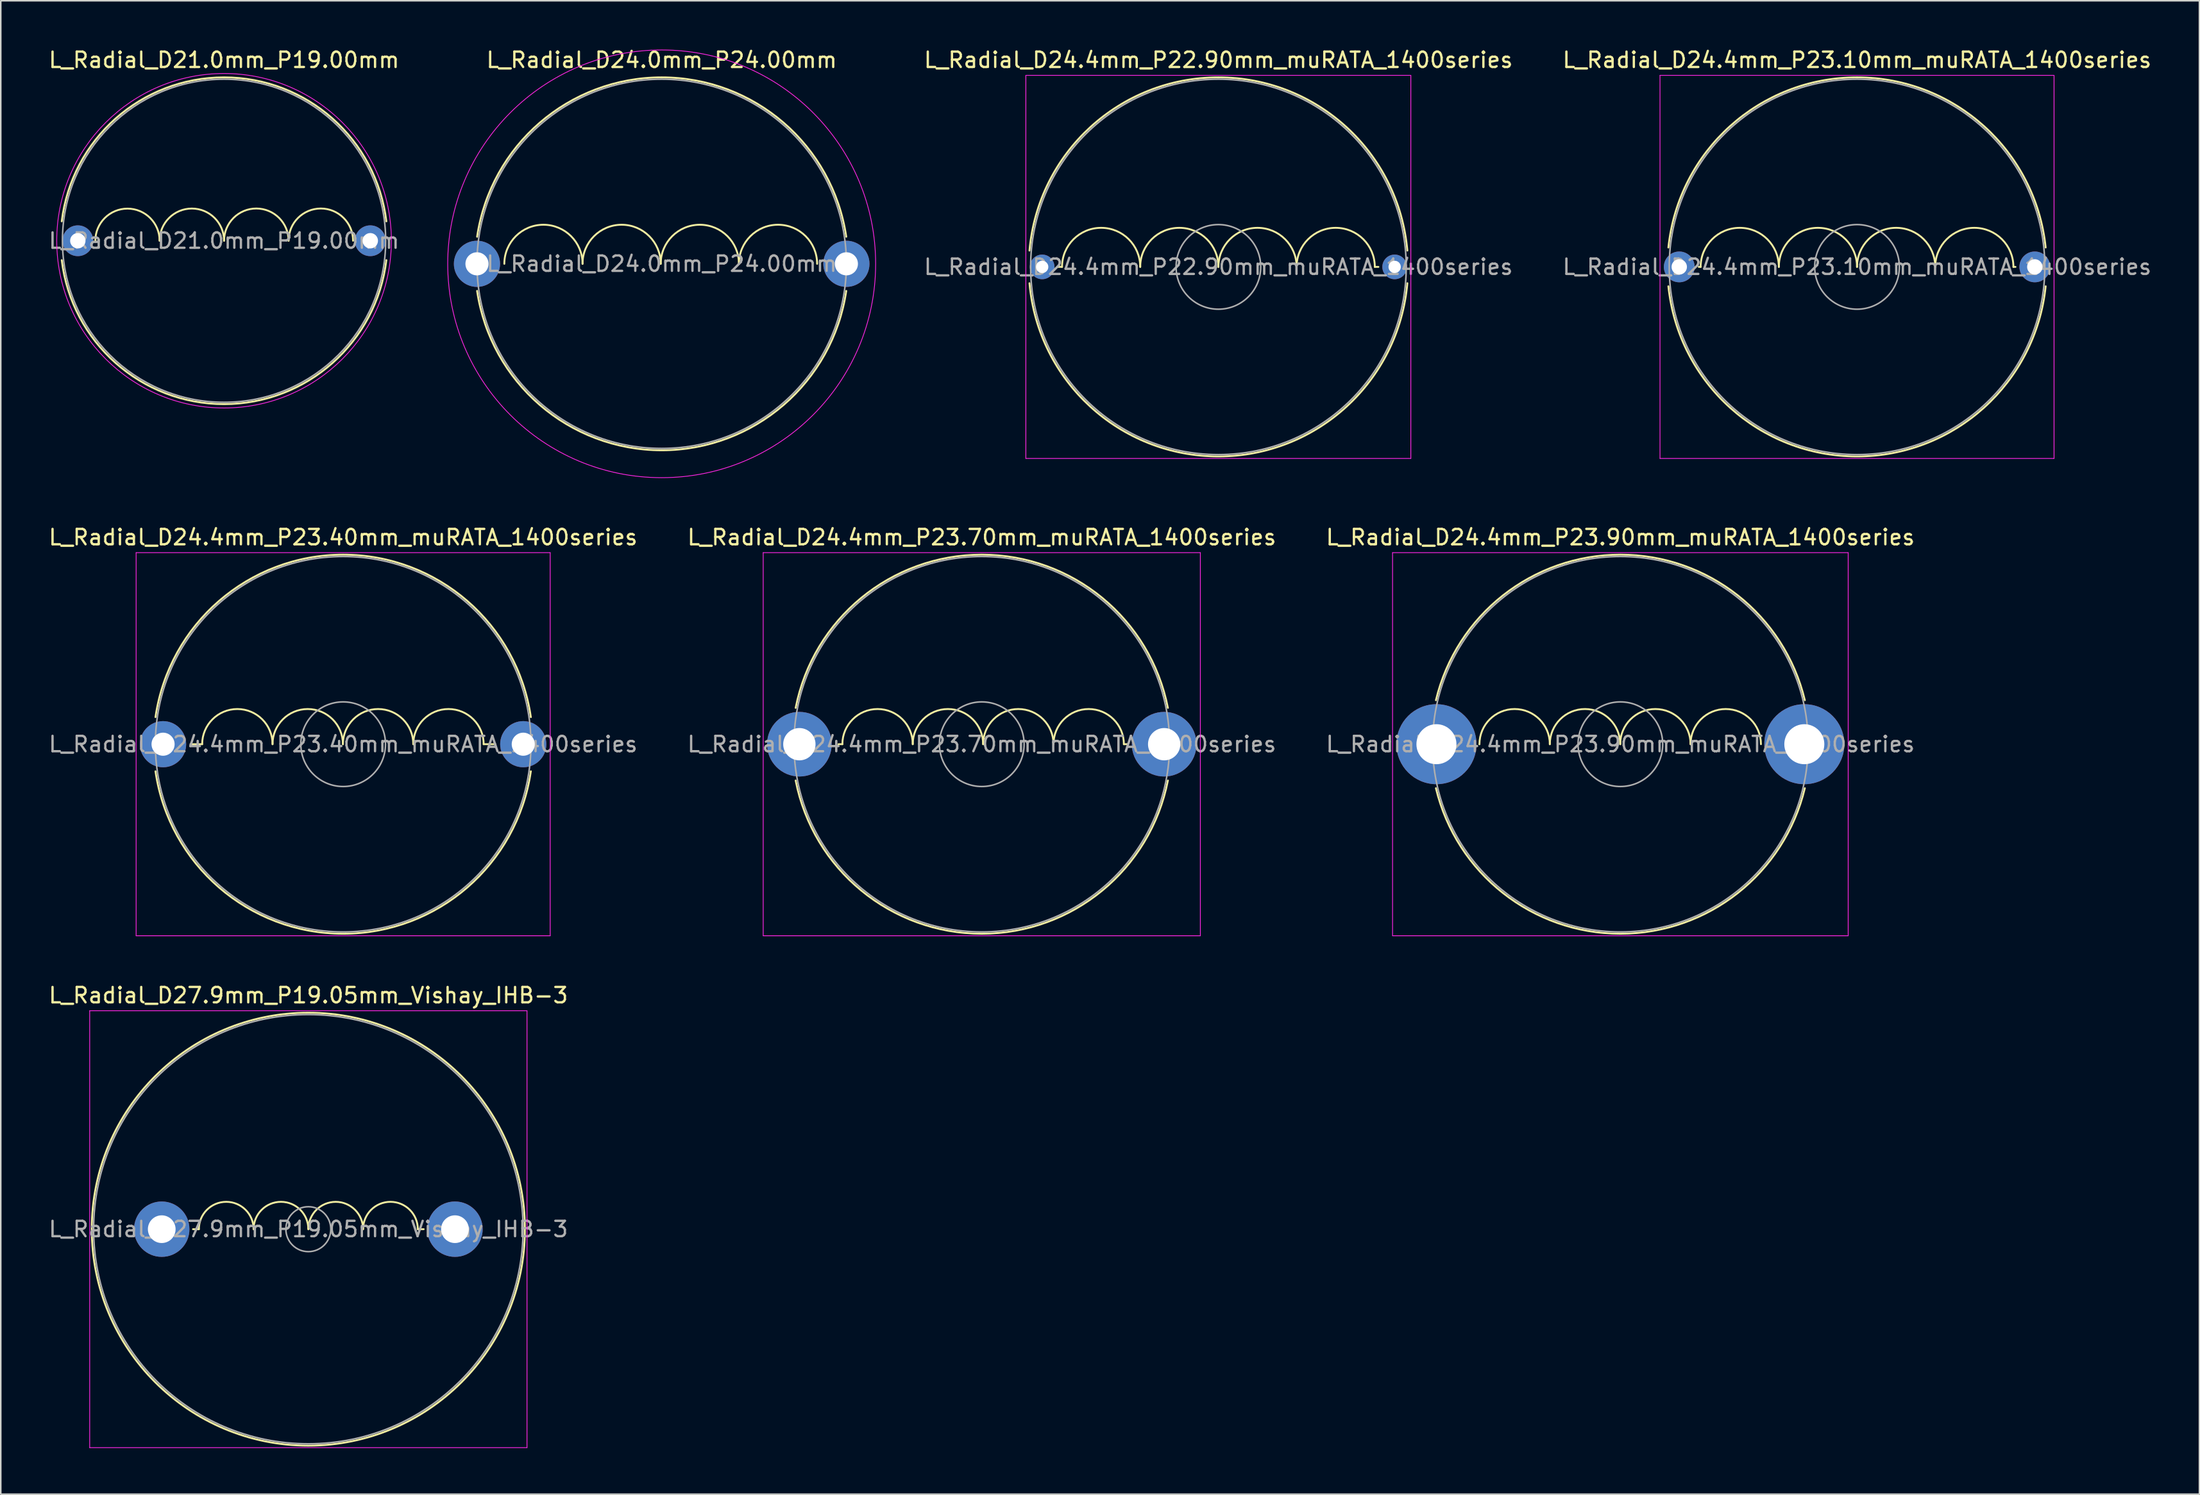
<source format=kicad_pcb>
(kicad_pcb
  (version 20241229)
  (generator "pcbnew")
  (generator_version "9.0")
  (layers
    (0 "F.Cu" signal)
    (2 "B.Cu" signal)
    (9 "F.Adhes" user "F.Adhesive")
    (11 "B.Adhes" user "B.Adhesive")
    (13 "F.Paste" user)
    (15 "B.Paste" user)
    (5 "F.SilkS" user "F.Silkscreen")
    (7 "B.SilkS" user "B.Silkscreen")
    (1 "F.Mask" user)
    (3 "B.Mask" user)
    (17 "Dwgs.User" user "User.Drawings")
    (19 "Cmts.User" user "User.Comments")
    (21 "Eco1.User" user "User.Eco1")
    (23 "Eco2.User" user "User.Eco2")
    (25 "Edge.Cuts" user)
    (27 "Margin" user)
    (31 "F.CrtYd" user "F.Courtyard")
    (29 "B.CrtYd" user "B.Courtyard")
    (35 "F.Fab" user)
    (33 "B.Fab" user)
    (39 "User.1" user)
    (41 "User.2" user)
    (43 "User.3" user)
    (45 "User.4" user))
  (footprint "L_Radial_D24.4mm_P23.10mm_muRATA_1400series"
    (layer "F.Cu")
    (at 106.044 14.298)
    (property "Reference" "L_Radial_D24.4mm_P23.10mm_muRATA_1400series" (at 11.55 -13.45 0) (layer "F.SilkS") (effects (font (size 1 1) (thickness 0.15))))
    (attr through_hole)
    (fp_line (start 1.39 0) (end 1.27 0) (stroke (width 0.12) (type solid)) (layer "F.SilkS"))
    (fp_line (start 21.71 0) (end 21.844 0) (stroke (width 0.12) (type solid)) (layer "F.SilkS"))
    (fp_arc (start -0.705399 -1.26) (mid 11.55 -12.32) (end 23.805399 -1.26) (stroke (width 0.12) (type solid)) (layer "F.SilkS"))
    (fp_arc (start 1.39 0) (mid 3.93 -2.54) (end 6.47 0) (stroke (width 0.12) (type solid)) (layer "F.SilkS"))
    (fp_arc (start 6.47 0) (mid 9.01 -2.54) (end 11.55 0) (stroke (width 0.12) (type solid)) (layer "F.SilkS"))
    (fp_arc (start 11.55 0) (mid 14.09 -2.54) (end 16.63 0) (stroke (width 0.12) (type solid)) (layer "F.SilkS"))
    (fp_arc (start 16.63 0) (mid 19.17 -2.54) (end 21.71 0) (stroke (width 0.12) (type solid)) (layer "F.SilkS"))
    (fp_arc (start 23.805399 1.26) (mid 11.55 12.32) (end -0.705399 1.26) (stroke (width 0.12) (type solid)) (layer "F.SilkS"))
    (fp_line (start -1.25 -12.45) (end -1.25 12.45) (stroke (width 0.05) (type solid)) (layer "F.CrtYd"))
    (fp_line (start -1.25 12.45) (end 24.35 12.45) (stroke (width 0.05) (type solid)) (layer "F.CrtYd"))
    (fp_line (start 24.35 -12.45) (end -1.25 -12.45) (stroke (width 0.05) (type solid)) (layer "F.CrtYd"))
    (fp_line (start 24.35 12.45) (end 24.35 -12.45) (stroke (width 0.05) (type solid)) (layer "F.CrtYd"))
    (fp_circle (center 11.55 0) (end 14.3 0) (stroke (width 0.1) (type solid)) (fill no) (layer "F.Fab"))
    (fp_circle (center 11.55 0) (end 23.75 0) (stroke (width 0.1) (type solid)) (fill no) (layer "F.Fab"))
    (fp_text user "${REFERENCE}" (at 11.55 0 0) (layer "F.Fab") (effects (font (size 1 1) (thickness 0.15))))
    (pad "1" thru_hole circle (at 0 0) (size 2 2) (drill 1) (layers "*.Cu" "*.Mask"))
    (pad "2" thru_hole circle (at 23.1 0) (size 2 2) (drill 1) (layers "*.Cu" "*.Mask")))
  (footprint "L_Radial_D24.4mm_P23.90mm_muRATA_1400series"
    (layer "F.Cu")
    (at 90.27 45.322)
    (property "Reference" "L_Radial_D24.4mm_P23.90mm_muRATA_1400series" (at 11.95 -13.45 0) (layer "F.SilkS") (effects (font (size 1 1) (thickness 0.15))))
    (attr through_hole)
    (fp_line (start 2.794 0) (end 2.794 0) (stroke (width 0.12) (type solid)) (layer "F.SilkS"))
    (fp_arc (start -0.033439 -2.86) (mid 11.95 -12.32) (end 23.933439 -2.86) (stroke (width 0.12) (type solid)) (layer "F.SilkS"))
    (fp_arc (start 2.794 0) (mid 5.08 -2.286) (end 7.366 0) (stroke (width 0.12) (type solid)) (layer "F.SilkS"))
    (fp_arc (start 7.366 0) (mid 9.652 -2.286) (end 11.938 0) (stroke (width 0.12) (type solid)) (layer "F.SilkS"))
    (fp_arc (start 11.938 0) (mid 14.224 -2.286) (end 16.51 0) (stroke (width 0.12) (type solid)) (layer "F.SilkS"))
    (fp_arc (start 16.51 0) (mid 18.796 -2.286) (end 21.082 0) (stroke (width 0.12) (type solid)) (layer "F.SilkS"))
    (fp_arc (start 23.933439 2.86) (mid 11.95 12.32) (end -0.033439 2.86) (stroke (width 0.12) (type solid)) (layer "F.SilkS"))
    (fp_line (start -2.85 -12.45) (end -2.85 12.45) (stroke (width 0.05) (type solid)) (layer "F.CrtYd"))
    (fp_line (start -2.85 12.45) (end 26.75 12.45) (stroke (width 0.05) (type solid)) (layer "F.CrtYd"))
    (fp_line (start 26.75 -12.45) (end -2.85 -12.45) (stroke (width 0.05) (type solid)) (layer "F.CrtYd"))
    (fp_line (start 26.75 12.45) (end 26.75 -12.45) (stroke (width 0.05) (type solid)) (layer "F.CrtYd"))
    (fp_circle (center 11.95 0) (end 14.7 0) (stroke (width 0.1) (type solid)) (fill no) (layer "F.Fab"))
    (fp_circle (center 11.95 0) (end 24.15 0) (stroke (width 0.1) (type solid)) (fill no) (layer "F.Fab"))
    (fp_text user "${REFERENCE}" (at 11.95 0 0) (layer "F.Fab") (effects (font (size 1 1) (thickness 0.15))))
    (pad "1" thru_hole circle (at 0 0) (size 5.2 5.2) (drill 2.6) (layers "*.Cu" "*.Mask"))
    (pad "2" thru_hole circle (at 23.9 0) (size 5.2 5.2) (drill 2.6) (layers "*.Cu" "*.Mask")))
  (footprint "L_Radial_D21.0mm_P19.00mm"
    (layer "F.Cu")
    (at 2.006 12.598)
    (property "Reference" "L_Radial_D21.0mm_P19.00mm" (at 9.5 -11.75 0) (layer "F.SilkS") (effects (font (size 1 1) (thickness 0.15))))
    (attr through_hole)
    (fp_arc (start -1.044989 -1.26) (mid 9.5 -10.62) (end 20.044989 -1.26) (stroke (width 0.12) (type solid)) (layer "F.SilkS"))
    (fp_arc (start 1.138 0) (mid 3.226 -2.088) (end 5.314 0) (stroke (width 0.12) (type solid)) (layer "F.SilkS"))
    (fp_arc (start 5.314 0) (mid 7.407 -2.093) (end 9.5 0) (stroke (width 0.12) (type solid)) (layer "F.SilkS"))
    (fp_arc (start 9.5 0) (mid 11.5955 -2.0955) (end 13.691 0) (stroke (width 0.12) (type solid)) (layer "F.SilkS"))
    (fp_arc (start 13.691 0) (mid 15.7865 -2.0955) (end 17.882 0) (stroke (width 0.12) (type solid)) (layer "F.SilkS"))
    (fp_arc (start 20.044989 1.26) (mid 9.5 10.62) (end -1.044989 1.26) (stroke (width 0.12) (type solid)) (layer "F.SilkS"))
    (fp_circle (center 9.5 0) (end 20.37 0) (stroke (width 0.05) (type solid)) (fill no) (layer "F.CrtYd"))
    (fp_circle (center 9.5 0) (end 20 0) (stroke (width 0.1) (type solid)) (fill no) (layer "F.Fab"))
    (fp_text user "${REFERENCE}" (at 9.5 0 0) (layer "F.Fab") (effects (font (size 1 1) (thickness 0.15))))
    (pad "1" thru_hole circle (at 0 0) (size 2 2) (drill 1) (layers "*.Cu" "*.Mask"))
    (pad "2" thru_hole circle (at 19 0) (size 2 2) (drill 1) (layers "*.Cu" "*.Mask")))
  (footprint "L_Radial_D24.4mm_P22.90mm_muRATA_1400series"
    (layer "F.Cu")
    (at 64.656 14.298)
    (property "Reference" "L_Radial_D24.4mm_P22.90mm_muRATA_1400series" (at 11.45 -13.45 0) (layer "F.SilkS") (effects (font (size 1 1) (thickness 0.15))))
    (attr through_hole)
    (fp_line (start 1.29 0) (end 1.016 0) (stroke (width 0.12) (type solid)) (layer "F.SilkS"))
    (fp_line (start 21.61 0) (end 21.844 0) (stroke (width 0.12) (type solid)) (layer "F.SilkS"))
    (fp_arc (start -0.824315 -1.06) (mid 11.45 -12.32) (end 23.724315 -1.06) (stroke (width 0.12) (type solid)) (layer "F.SilkS"))
    (fp_arc (start 1.29 0) (mid 3.83 -2.54) (end 6.37 0) (stroke (width 0.12) (type solid)) (layer "F.SilkS"))
    (fp_arc (start 6.37 0) (mid 8.91 -2.54) (end 11.45 0) (stroke (width 0.12) (type solid)) (layer "F.SilkS"))
    (fp_arc (start 11.45 0) (mid 13.99 -2.54) (end 16.53 0) (stroke (width 0.12) (type solid)) (layer "F.SilkS"))
    (fp_arc (start 16.53 0) (mid 19.07 -2.54) (end 21.61 0) (stroke (width 0.12) (type solid)) (layer "F.SilkS"))
    (fp_arc (start 23.724315 1.06) (mid 11.45 12.32) (end -0.824315 1.06) (stroke (width 0.12) (type solid)) (layer "F.SilkS"))
    (fp_line (start -1.06 -12.45) (end -1.06 12.45) (stroke (width 0.05) (type solid)) (layer "F.CrtYd"))
    (fp_line (start -1.06 12.45) (end 23.95 12.45) (stroke (width 0.05) (type solid)) (layer "F.CrtYd"))
    (fp_line (start 23.95 -12.45) (end -1.06 -12.45) (stroke (width 0.05) (type solid)) (layer "F.CrtYd"))
    (fp_line (start 23.95 12.45) (end 23.95 -12.45) (stroke (width 0.05) (type solid)) (layer "F.CrtYd"))
    (fp_circle (center 11.45 0) (end 14.2 0) (stroke (width 0.1) (type solid)) (fill no) (layer "F.Fab"))
    (fp_circle (center 11.45 0) (end 23.65 0) (stroke (width 0.1) (type solid)) (fill no) (layer "F.Fab"))
    (fp_text user "${REFERENCE}" (at 11.45 0 0) (layer "F.Fab") (effects (font (size 1 1) (thickness 0.15))))
    (pad "1" thru_hole circle (at 0 0) (size 1.6 1.6) (drill 0.8) (layers "*.Cu" "*.Mask"))
    (pad "2" thru_hole circle (at 22.9 0) (size 1.6 1.6) (drill 0.8) (layers "*.Cu" "*.Mask")))
  (footprint "L_Radial_D24.4mm_P23.70mm_muRATA_1400series"
    (layer "F.Cu")
    (at 48.882 45.322)
    (property "Reference" "L_Radial_D24.4mm_P23.70mm_muRATA_1400series" (at 11.85 -13.45 0) (layer "F.SilkS") (effects (font (size 1 1) (thickness 0.15))))
    (attr through_hole)
    (fp_line (start 2.794 0) (end 2.54 0) (stroke (width 0.12) (type solid)) (layer "F.SilkS"))
    (fp_line (start 21.082 0) (end 21.336 0) (stroke (width 0.12) (type solid)) (layer "F.SilkS"))
    (fp_arc (start -0.241848 -2.36) (mid 11.85 -12.32) (end 23.941848 -2.36) (stroke (width 0.12) (type solid)) (layer "F.SilkS"))
    (fp_arc (start 2.794 0) (mid 5.08 -2.286) (end 7.366 0) (stroke (width 0.12) (type solid)) (layer "F.SilkS"))
    (fp_arc (start 7.366 0) (mid 9.652 -2.286) (end 11.938 0) (stroke (width 0.12) (type solid)) (layer "F.SilkS"))
    (fp_arc (start 11.938 0) (mid 14.224 -2.286) (end 16.51 0) (stroke (width 0.12) (type solid)) (layer "F.SilkS"))
    (fp_arc (start 16.51 0) (mid 18.796 -2.286) (end 21.082 0) (stroke (width 0.12) (type solid)) (layer "F.SilkS"))
    (fp_arc (start 23.941848 2.36) (mid 11.85 12.32) (end -0.241848 2.36) (stroke (width 0.12) (type solid)) (layer "F.SilkS"))
    (fp_line (start -2.35 -12.45) (end -2.35 12.45) (stroke (width 0.05) (type solid)) (layer "F.CrtYd"))
    (fp_line (start -2.35 12.45) (end 26.05 12.45) (stroke (width 0.05) (type solid)) (layer "F.CrtYd"))
    (fp_line (start 26.05 -12.45) (end -2.35 -12.45) (stroke (width 0.05) (type solid)) (layer "F.CrtYd"))
    (fp_line (start 26.05 12.45) (end 26.05 -12.45) (stroke (width 0.05) (type solid)) (layer "F.CrtYd"))
    (fp_circle (center 11.85 0) (end 14.6 0) (stroke (width 0.1) (type solid)) (fill no) (layer "F.Fab"))
    (fp_circle (center 11.85 0) (end 24.05 0) (stroke (width 0.1) (type solid)) (fill no) (layer "F.Fab"))
    (fp_text user "${REFERENCE}" (at 11.85 0 0) (layer "F.Fab") (effects (font (size 1 1) (thickness 0.15))))
    (pad "1" thru_hole circle (at 0 0) (size 4.2 4.2) (drill 2.1) (layers "*.Cu" "*.Mask"))
    (pad "2" thru_hole circle (at 23.7 0) (size 4.2 4.2) (drill 2.1) (layers "*.Cu" "*.Mask")))
  (footprint "L_Radial_D27.9mm_P19.05mm_Vishay_IHB-3"
    (layer "F.Cu")
    (at 7.457 76.845)
    (property "Reference" "L_Radial_D27.9mm_P19.05mm_Vishay_IHB-3" (at 9.525 -15.2 0) (layer "F.SilkS") (effects (font (size 1 1) (thickness 0.15))))
    (attr through_hole)
    (fp_line (start 2.413 0) (end 2.032 0) (stroke (width 0.12) (type solid)) (layer "F.SilkS"))
    (fp_line (start 16.637 0) (end 17.018 0) (stroke (width 0.12) (type solid)) (layer "F.SilkS"))
    (fp_arc (start 2.413 0) (mid 4.191 -1.778) (end 5.969 0) (stroke (width 0.12) (type solid)) (layer "F.SilkS"))
    (fp_arc (start 5.969 0) (mid 7.747 -1.778) (end 9.525 0) (stroke (width 0.12) (type solid)) (layer "F.SilkS"))
    (fp_arc (start 9.526 0) (mid 11.303 -1.777) (end 13.08 0) (stroke (width 0.12) (type solid)) (layer "F.SilkS"))
    (fp_arc (start 13.081 0) (mid 14.859 -1.778) (end 16.637 0) (stroke (width 0.12) (type solid)) (layer "F.SilkS"))
    (fp_circle (center 9.525 0) (end 23.595 0) (stroke (width 0.12) (type solid)) (fill no) (layer "F.SilkS"))
    (fp_line (start -4.68 -14.2) (end -4.68 14.2) (stroke (width 0.05) (type solid)) (layer "F.CrtYd"))
    (fp_line (start -4.68 14.2) (end 23.73 14.2) (stroke (width 0.05) (type solid)) (layer "F.CrtYd"))
    (fp_line (start 23.73 -14.2) (end -4.68 -14.2) (stroke (width 0.05) (type solid)) (layer "F.CrtYd"))
    (fp_line (start 23.73 14.2) (end 23.73 -14.2) (stroke (width 0.05) (type solid)) (layer "F.CrtYd"))
    (fp_circle (center 9.525 0) (end 10.985 0) (stroke (width 0.1) (type solid)) (fill no) (layer "F.Fab"))
    (fp_circle (center 9.525 0) (end 23.475 0) (stroke (width 0.1) (type solid)) (fill no) (layer "F.Fab"))
    (fp_text user "${REFERENCE}" (at 9.525 0 0) (layer "F.Fab") (effects (font (size 1 1) (thickness 0.15))))
    (pad "1" thru_hole circle (at 0 0) (size 3.6 3.6) (drill 1.8) (layers "*.Cu" "*.Mask"))
    (pad "2" thru_hole circle (at 19.05 0) (size 3.6 3.6) (drill 1.8) (layers "*.Cu" "*.Mask")))
  (footprint "L_Radial_D24.0mm_P24.00mm"
    (layer "F.Cu")
    (at 27.937 14.098)
    (property "Reference" "L_Radial_D24.0mm_P24.00mm" (at 12 -13.25 0) (layer "F.SilkS") (effects (font (size 1 1) (thickness 0.15))))
    (attr through_hole)
    (fp_arc (start 0.00847 -1.76) (mid 12 -12.12) (end 23.99153 -1.76) (stroke (width 0.12) (type solid)) (layer "F.SilkS"))
    (fp_arc (start 1.778 0) (mid 4.318 -2.54) (end 6.858 0) (stroke (width 0.12) (type solid)) (layer "F.SilkS"))
    (fp_arc (start 6.858 0) (mid 9.398 -2.54) (end 11.938 0) (stroke (width 0.12) (type solid)) (layer "F.SilkS"))
    (fp_arc (start 11.938 0) (mid 14.478 -2.54) (end 17.018 0) (stroke (width 0.12) (type solid)) (layer "F.SilkS"))
    (fp_arc (start 17.018 0) (mid 19.558 -2.54) (end 22.098 0) (stroke (width 0.12) (type solid)) (layer "F.SilkS"))
    (fp_arc (start 23.99153 1.76) (mid 12 12.12) (end 0.00847 1.76) (stroke (width 0.12) (type solid)) (layer "F.SilkS"))
    (fp_circle (center 12 0) (end 25.9 0) (stroke (width 0.05) (type solid)) (fill no) (layer "F.CrtYd"))
    (fp_circle (center 12 0) (end 24 0) (stroke (width 0.1) (type solid)) (fill no) (layer "F.Fab"))
    (fp_text user "${REFERENCE}" (at 12 0 0) (layer "F.Fab") (effects (font (size 1 1) (thickness 0.15))))
    (pad "1" thru_hole circle (at 0 0) (size 3 3) (drill 1.5) (layers "*.Cu" "*.Mask"))
    (pad "2" thru_hole circle (at 24 0) (size 3 3) (drill 1.5) (layers "*.Cu" "*.Mask")))
  (footprint "L_Radial_D24.4mm_P23.40mm_muRATA_1400series"
    (layer "F.Cu")
    (at 7.544 45.322)
    (property "Reference" "L_Radial_D24.4mm_P23.40mm_muRATA_1400series" (at 11.7 -13.45 0) (layer "F.SilkS") (effects (font (size 1 1) (thickness 0.15))))
    (attr through_hole)
    (fp_line (start 2.54 0) (end 1.778 0) (stroke (width 0.12) (type solid)) (layer "F.SilkS"))
    (fp_line (start 20.828 0) (end 21.59 0) (stroke (width 0.12) (type solid)) (layer "F.SilkS"))
    (fp_arc (start -0.493638 -1.76) (mid 11.7 -12.32) (end 23.893638 -1.76) (stroke (width 0.12) (type solid)) (layer "F.SilkS"))
    (fp_arc (start 2.54 0) (mid 4.826 -2.286) (end 7.112 0) (stroke (width 0.12) (type solid)) (layer "F.SilkS"))
    (fp_arc (start 7.112 0) (mid 9.398 -2.286) (end 11.684 0) (stroke (width 0.12) (type solid)) (layer "F.SilkS"))
    (fp_arc (start 11.684 0) (mid 13.97 -2.286) (end 16.256 0) (stroke (width 0.12) (type solid)) (layer "F.SilkS"))
    (fp_arc (start 16.256 0) (mid 18.542 -2.286) (end 20.828 0) (stroke (width 0.12) (type solid)) (layer "F.SilkS"))
    (fp_arc (start 23.893638 1.76) (mid 11.7 12.32) (end -0.493638 1.76) (stroke (width 0.12) (type solid)) (layer "F.SilkS"))
    (fp_line (start -1.75 -12.45) (end -1.75 12.45) (stroke (width 0.05) (type solid)) (layer "F.CrtYd"))
    (fp_line (start -1.75 12.45) (end 25.15 12.45) (stroke (width 0.05) (type solid)) (layer "F.CrtYd"))
    (fp_line (start 25.15 -12.45) (end -1.75 -12.45) (stroke (width 0.05) (type solid)) (layer "F.CrtYd"))
    (fp_line (start 25.15 12.45) (end 25.15 -12.45) (stroke (width 0.05) (type solid)) (layer "F.CrtYd"))
    (fp_circle (center 11.7 0) (end 14.45 0) (stroke (width 0.1) (type solid)) (fill no) (layer "F.Fab"))
    (fp_circle (center 11.7 0) (end 23.9 0) (stroke (width 0.1) (type solid)) (fill no) (layer "F.Fab"))
    (fp_text user "${REFERENCE}" (at 11.7 0 0) (layer "F.Fab") (effects (font (size 1 1) (thickness 0.15))))
    (pad "1" thru_hole circle (at 0 0) (size 3 3) (drill 1.5) (layers "*.Cu" "*.Mask"))
    (pad "2" thru_hole circle (at 23.4 0) (size 3 3) (drill 1.5) (layers "*.Cu" "*.Mask")))
  (gr_rect
    (start -3 -3)
    (end 139.838 94.07)
    (stroke (width 0.1) (type default))
    (fill no)
    (layer "Edge.Cuts")))
</source>
